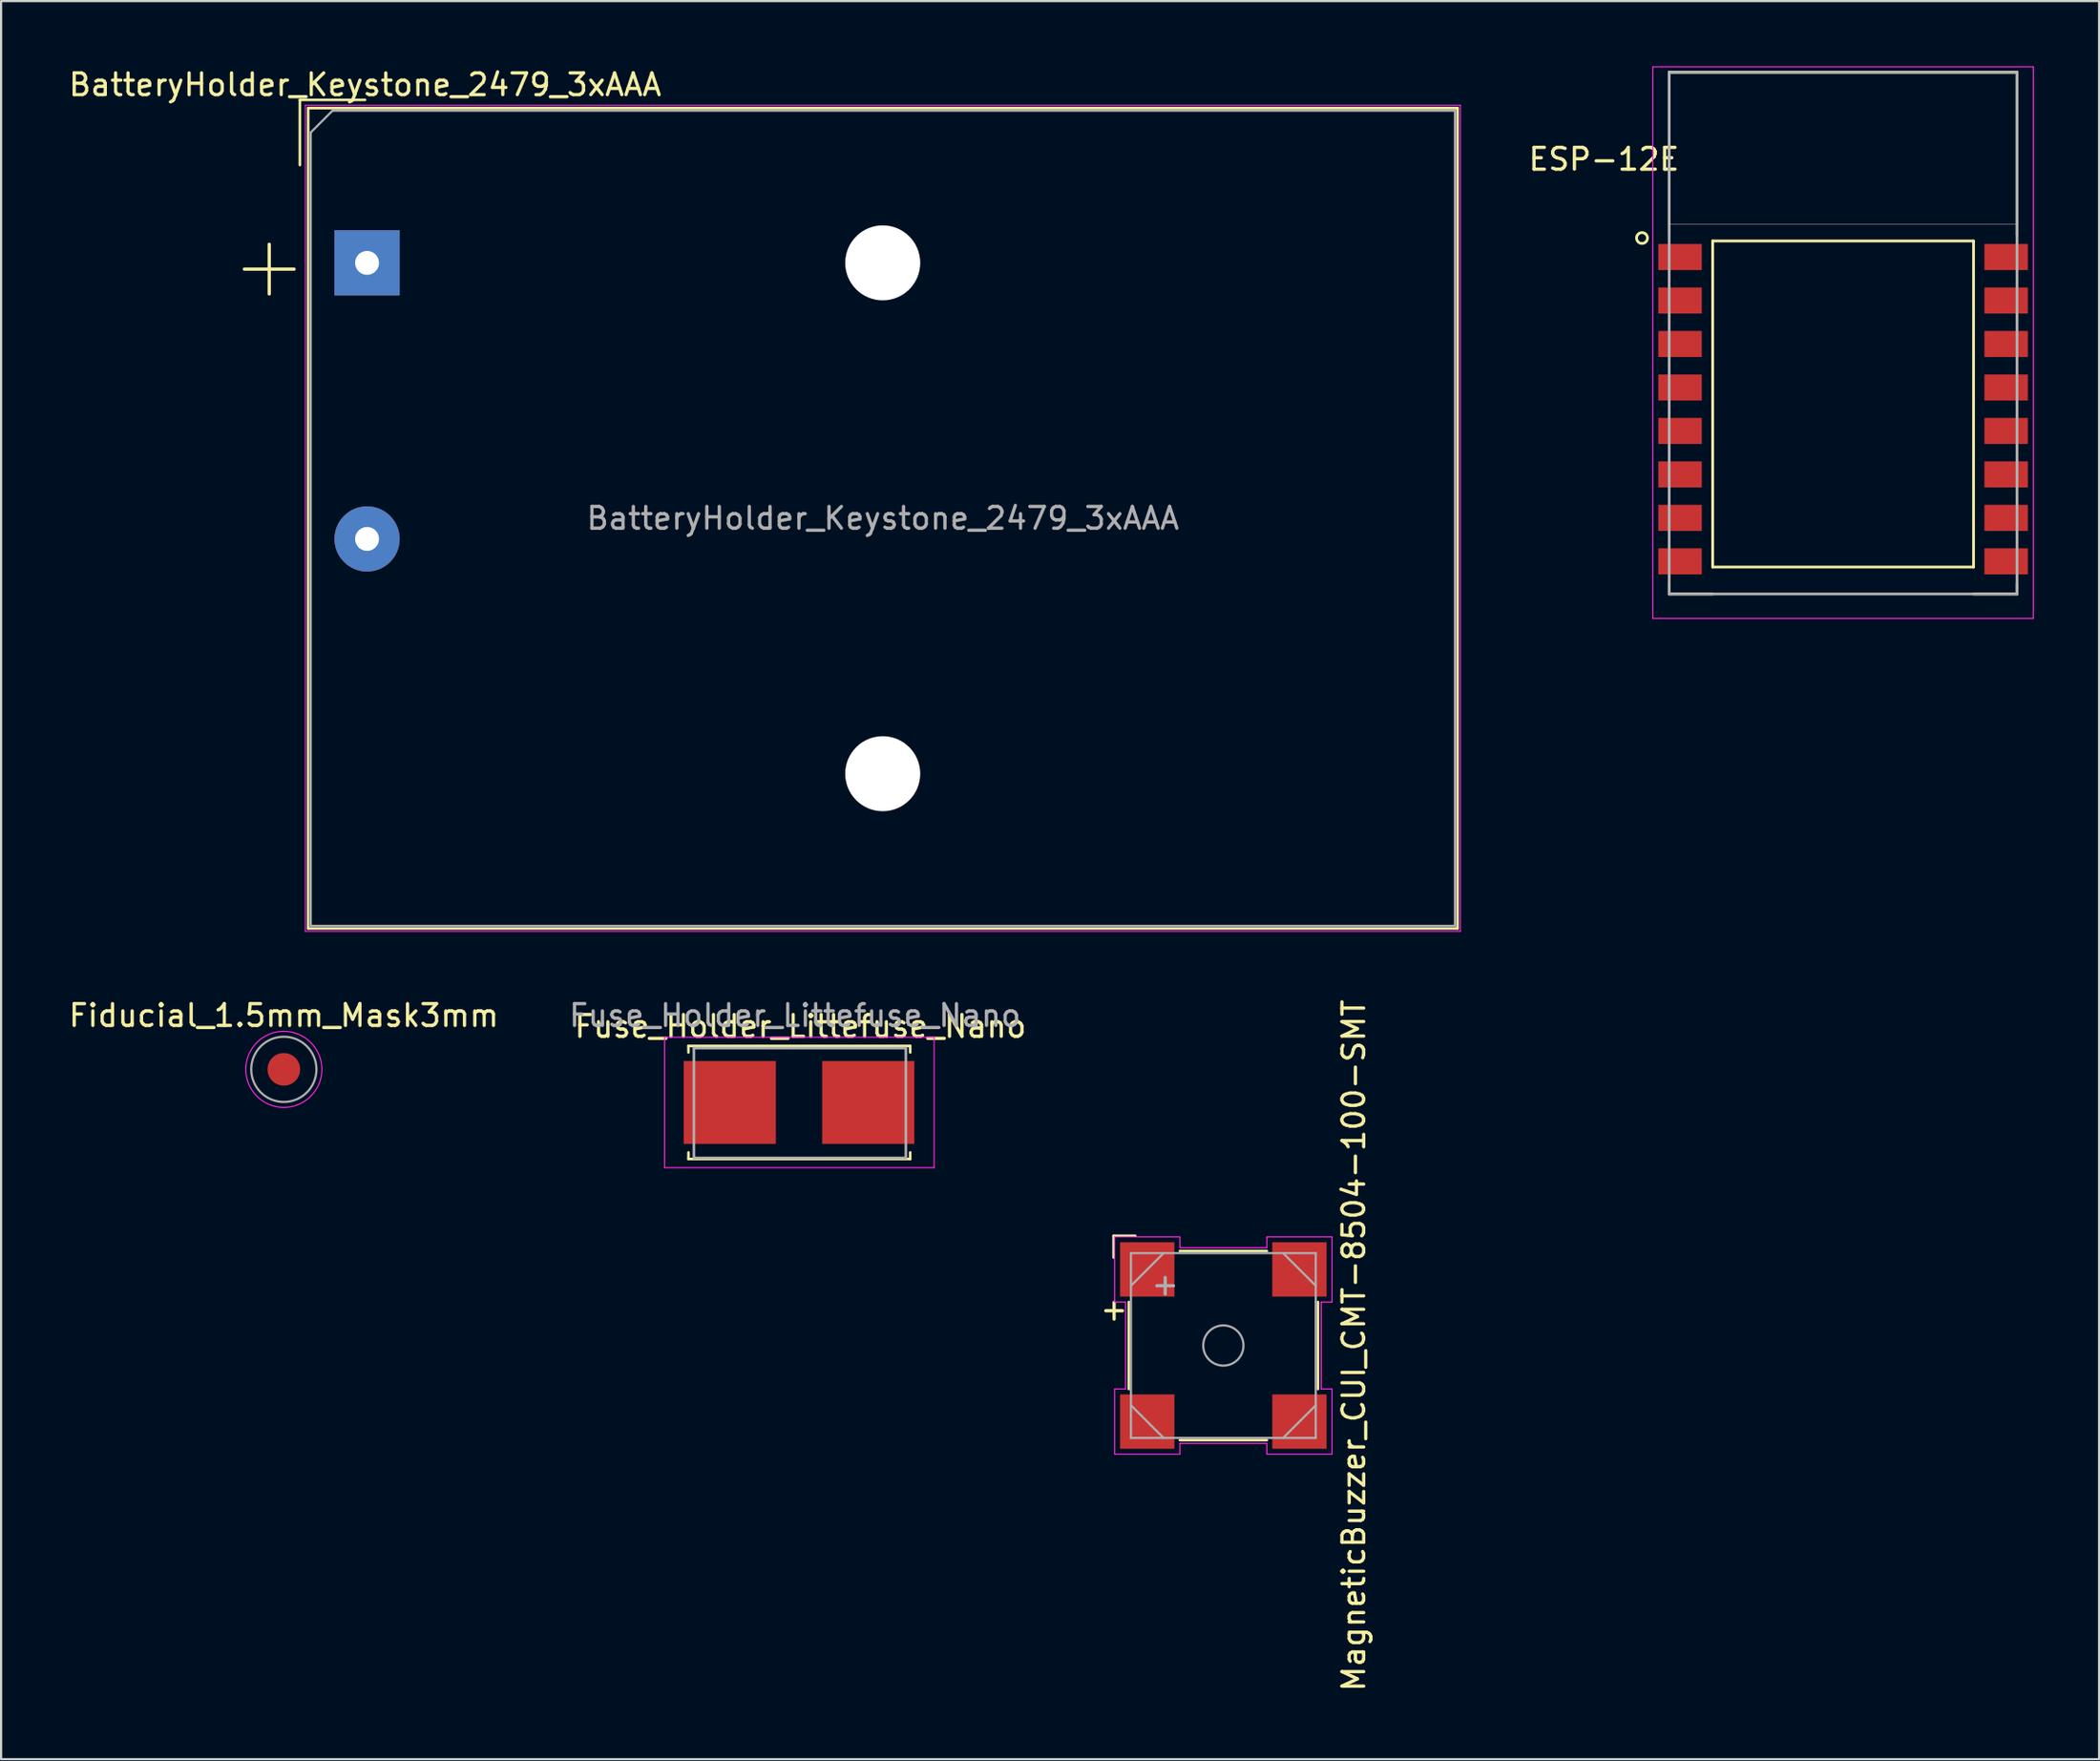
<source format=kicad_pcb>
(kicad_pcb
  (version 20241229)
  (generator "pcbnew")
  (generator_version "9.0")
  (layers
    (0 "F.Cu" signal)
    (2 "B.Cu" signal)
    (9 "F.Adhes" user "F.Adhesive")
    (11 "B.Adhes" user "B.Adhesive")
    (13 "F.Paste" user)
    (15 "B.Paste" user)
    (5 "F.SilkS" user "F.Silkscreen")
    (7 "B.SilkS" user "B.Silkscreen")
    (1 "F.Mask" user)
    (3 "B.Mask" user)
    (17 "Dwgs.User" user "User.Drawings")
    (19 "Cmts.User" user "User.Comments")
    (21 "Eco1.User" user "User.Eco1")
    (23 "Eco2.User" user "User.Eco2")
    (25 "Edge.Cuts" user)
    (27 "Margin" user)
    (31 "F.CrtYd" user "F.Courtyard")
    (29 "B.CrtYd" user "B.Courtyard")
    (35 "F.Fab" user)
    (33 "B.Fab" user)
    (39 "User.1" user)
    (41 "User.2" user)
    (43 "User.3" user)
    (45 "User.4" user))
  (footprint "Fuse_Holder_Littefuse_Nano"
    (layer "F.Cu")
    (at 30.518 47.666)
    (property "Reference" "Fuse_Holder_Littefuse_Nano" (at 3.25 -3.5 0) (layer "F.SilkS") (effects (font (size 1 1) (thickness 0.15))))
    (attr through_hole)
    (fp_line (start -1.9 -2.6) (end 8.3 -2.6) (stroke (width 0.12) (type solid)) (layer "F.SilkS"))
    (fp_line (start -1.9 -2.3) (end -1.9 -2.6) (stroke (width 0.12) (type solid)) (layer "F.SilkS"))
    (fp_line (start -1.9 2.3) (end -1.9 2.6) (stroke (width 0.12) (type solid)) (layer "F.SilkS"))
    (fp_line (start -1.9 2.6) (end 8.3 2.6) (stroke (width 0.12) (type solid)) (layer "F.SilkS"))
    (fp_line (start 8.3 -2.6) (end 8.3 -2.3) (stroke (width 0.12) (type solid)) (layer "F.SilkS"))
    (fp_line (start 8.3 2.6) (end 8.3 2.3) (stroke (width 0.12) (type solid)) (layer "F.SilkS"))
    (fp_line (start -3 -3) (end -3 3) (stroke (width 0.05) (type solid)) (layer "F.CrtYd"))
    (fp_line (start -3 -3) (end 9.4 -3) (stroke (width 0.05) (type solid)) (layer "F.CrtYd"))
    (fp_line (start -3 3) (end 9.4 3) (stroke (width 0.05) (type solid)) (layer "F.CrtYd"))
    (fp_line (start 9.4 -3) (end 9.4 3) (stroke (width 0.05) (type solid)) (layer "F.CrtYd"))
    (fp_line (start -1.65 -2.5) (end 8.1 -2.5) (stroke (width 0.12) (type solid)) (layer "F.Fab"))
    (fp_line (start -1.65 2.55) (end -1.65 -2.5) (stroke (width 0.12) (type solid)) (layer "F.Fab"))
    (fp_line (start 8.1 -2.5) (end 8.1 2.55) (stroke (width 0.12) (type solid)) (layer "F.Fab"))
    (fp_line (start 8.1 2.55) (end -1.65 2.55) (stroke (width 0.12) (type solid)) (layer "F.Fab"))
    (fp_text user "${REFERENCE}" (at 3 -4 0) (layer "F.Fab") (effects (font (size 1 1) (thickness 0.15))))
    (pad "1" smd rect (at 0 0) (size 4.24 3.81) (layers "F.Cu" "F.Mask" "F.Paste"))
    (pad "2" smd rect (at 6.37 0) (size 4.24 3.81) (layers "F.Cu" "F.Mask" "F.Paste")))
  (footprint "BatteryHolder_Keystone_2479_3xAAA"
    (layer "F.Cu")
    (at 13.834 9.043)
    (property "Reference" "BatteryHolder_Keystone_2479_3xAAA" (at -0.09 -8.195 180) (layer "F.SilkS") (effects (font (size 1 1) (thickness 0.15))))
    (attr through_hole)
    (fp_line (start -3.09 -7.5) (end -0.09 -7.5) (stroke (width 0.12) (type solid)) (layer "F.SilkS"))
    (fp_line (start -3.09 -4.5) (end -3.09 -7.5) (stroke (width 0.12) (type solid)) (layer "F.SilkS"))
    (fp_line (start -2.71 -7.12) (end -2.71 30.62) (stroke (width 0.12) (type solid)) (layer "F.SilkS"))
    (fp_line (start -2.71 -7.12) (end 50.16 -7.12) (stroke (width 0.12) (type solid)) (layer "F.SilkS"))
    (fp_line (start -2.71 30.62) (end 50.16 30.62) (stroke (width 0.12) (type solid)) (layer "F.SilkS"))
    (fp_line (start 50.16 -7.12) (end 50.16 30.62) (stroke (width 0.12) (type solid)) (layer "F.SilkS"))
    (fp_line (start -2.84 -7.25) (end -2.84 30.75) (stroke (width 0.05) (type solid)) (layer "F.CrtYd"))
    (fp_line (start -2.84 -7.25) (end 50.29 -7.25) (stroke (width 0.05) (type solid)) (layer "F.CrtYd"))
    (fp_line (start -2.84 30.75) (end 50.29 30.75) (stroke (width 0.05) (type solid)) (layer "F.CrtYd"))
    (fp_line (start 50.29 -7.25) (end 50.29 30.75) (stroke (width 0.05) (type solid)) (layer "F.CrtYd"))
    (fp_line (start -2.59 -6) (end -1.59 -7) (stroke (width 0.1) (type solid)) (layer "F.Fab"))
    (fp_line (start -2.59 30.5) (end -2.59 -6) (stroke (width 0.1) (type solid)) (layer "F.Fab"))
    (fp_line (start -1.59 -7) (end 50.04 -7) (stroke (width 0.1) (type solid)) (layer "F.Fab"))
    (fp_line (start 50.04 -7) (end 50.04 30.5) (stroke (width 0.1) (type solid)) (layer "F.Fab"))
    (fp_line (start 50.04 30.5) (end -2.59 30.5) (stroke (width 0.1) (type solid)) (layer "F.Fab"))
    (fp_text user "+" (at -4.5 0.05 180) (layer "F.SilkS") (effects (font (size 3 3) (thickness 0.15))))
    (fp_text user "${REFERENCE}" (at 23.725 11.75 180) (layer "F.Fab") (effects (font (size 1 1) (thickness 0.15))))
    (pad "" np_thru_hole circle (at 23.72 0) (size 3.45 3.45) (drill 3.45) (layers "*.Cu" "*.Mask"))
    (pad "" np_thru_hole circle (at 23.72 23.5) (size 3.45 3.45) (drill 3.45) (layers "*.Cu" "*.Mask"))
    (pad "1" thru_hole rect (at 0 0) (size 3 3) (drill 1.1) (layers "*.Cu" "*.Mask"))
    (pad "2" thru_hole circle (at 0 12.7) (size 3 3) (drill 1.1) (layers "*.Cu" "*.Mask")))
  (footprint "Fiducial_1.5mm_Mask3mm"
    (layer "F.Cu")
    (at 10.006 46.143)
    (property "Reference" "Fiducial_1.5mm_Mask3mm" (at 0 -2.477 0) (layer "F.SilkS") (effects (font (size 1 1) (thickness 0.15))))
    (attr smd)
    (fp_circle (center 0 0) (end 1.75 0) (stroke (width 0.05) (type solid)) (fill no) (layer "F.CrtYd"))
    (fp_circle (center 0 0) (end 1.5 0) (stroke (width 0.1) (type solid)) (fill no) (layer "F.Fab"))
    (pad "" smd circle (at 0 0) (size 1.5 1.5) (layers "F.Cu" "F.Mask")))
  (footprint "MagneticBuzzer_CUI_CMT-8504-100-SMT"
    (layer "F.Cu")
    (at 53.222 58.848)
    (property "Reference" "MagneticBuzzer_CUI_CMT-8504-100-SMT" (at 6 0 270) (layer "F.SilkS") (effects (font (size 1 1) (thickness 0.15))))
    (attr through_hole)
    (fp_line (start -5.05 -5.05) (end -4.05 -5.05) (stroke (width 0.12) (type solid)) (layer "F.SilkS"))
    (fp_line (start -5.05 -4.05) (end -5.05 -5.05) (stroke (width 0.12) (type solid)) (layer "F.SilkS"))
    (fp_line (start -4.35 -2) (end -4.35 2) (stroke (width 0.12) (type solid)) (layer "F.SilkS"))
    (fp_line (start -2 4.35) (end 2 4.35) (stroke (width 0.12) (type solid)) (layer "F.SilkS"))
    (fp_line (start 2 -4.35) (end -2 -4.35) (stroke (width 0.12) (type solid)) (layer "F.SilkS"))
    (fp_line (start 4.35 2) (end 4.35 -2) (stroke (width 0.12) (type solid)) (layer "F.SilkS"))
    (fp_line (start -5 -5) (end -2 -5) (stroke (width 0.05) (type solid)) (layer "F.CrtYd"))
    (fp_line (start -5 -2) (end -5 -5) (stroke (width 0.05) (type solid)) (layer "F.CrtYd"))
    (fp_line (start -5 -2) (end -4.5 -2) (stroke (width 0.05) (type solid)) (layer "F.CrtYd"))
    (fp_line (start -5 2) (end -5 5) (stroke (width 0.05) (type solid)) (layer "F.CrtYd"))
    (fp_line (start -4.5 -2) (end -4.5 2) (stroke (width 0.05) (type solid)) (layer "F.CrtYd"))
    (fp_line (start -4.5 2) (end -5 2) (stroke (width 0.05) (type solid)) (layer "F.CrtYd"))
    (fp_line (start -2 -5) (end -2 -4.5) (stroke (width 0.05) (type solid)) (layer "F.CrtYd"))
    (fp_line (start -2 -4.5) (end 2 -4.5) (stroke (width 0.05) (type solid)) (layer "F.CrtYd"))
    (fp_line (start -2 4.5) (end -2 5) (stroke (width 0.05) (type solid)) (layer "F.CrtYd"))
    (fp_line (start -2 5) (end -5 5) (stroke (width 0.05) (type solid)) (layer "F.CrtYd"))
    (fp_line (start 2 -5) (end 5 -5) (stroke (width 0.05) (type solid)) (layer "F.CrtYd"))
    (fp_line (start 2 -4.5) (end 2 -5) (stroke (width 0.05) (type solid)) (layer "F.CrtYd"))
    (fp_line (start 2 4.5) (end -2 4.5) (stroke (width 0.05) (type solid)) (layer "F.CrtYd"))
    (fp_line (start 2 5) (end 2 4.5) (stroke (width 0.05) (type solid)) (layer "F.CrtYd"))
    (fp_line (start 4.5 -2) (end 4.5 2) (stroke (width 0.05) (type solid)) (layer "F.CrtYd"))
    (fp_line (start 4.5 2) (end 5 2) (stroke (width 0.05) (type solid)) (layer "F.CrtYd"))
    (fp_line (start 5 -2) (end 4.5 -2) (stroke (width 0.05) (type solid)) (layer "F.CrtYd"))
    (fp_line (start 5 -2) (end 5 -5) (stroke (width 0.05) (type solid)) (layer "F.CrtYd"))
    (fp_line (start 5 2) (end 5 5) (stroke (width 0.05) (type solid)) (layer "F.CrtYd"))
    (fp_line (start 5 5) (end 2 5) (stroke (width 0.05) (type solid)) (layer "F.CrtYd"))
    (fp_line (start -4.25 -4.25) (end 4.25 -4.25) (stroke (width 0.1) (type solid)) (layer "F.Fab"))
    (fp_line (start -4.25 -2.75) (end -2.75 -4.25) (stroke (width 0.1) (type solid)) (layer "F.Fab"))
    (fp_line (start -4.25 4.25) (end -4.25 -4.25) (stroke (width 0.1) (type solid)) (layer "F.Fab"))
    (fp_line (start -2.75 4.25) (end -4.25 2.75) (stroke (width 0.1) (type solid)) (layer "F.Fab"))
    (fp_line (start 2.75 -4.25) (end 4.25 -2.75) (stroke (width 0.1) (type solid)) (layer "F.Fab"))
    (fp_line (start 4.25 -4.25) (end 4.25 4.25) (stroke (width 0.1) (type solid)) (layer "F.Fab"))
    (fp_line (start 4.25 2.75) (end 2.75 4.25) (stroke (width 0.1) (type solid)) (layer "F.Fab"))
    (fp_line (start 4.25 4.25) (end -4.25 4.25) (stroke (width 0.1) (type solid)) (layer "F.Fab"))
    (fp_circle (center 0 0) (end 0.925 0) (stroke (width 0.1) (type solid)) (fill no) (layer "F.Fab"))
    (fp_text user "+" (at -5.1 -1.6 90) (layer "F.SilkS") (effects (font (size 1 1) (thickness 0.15))))
    (fp_text user "+" (at -2.75 -2.75 90) (layer "F.Fab") (effects (font (size 1 1) (thickness 0.15))))
    (pad "1" smd rect (at -3.5 -3.5 270) (size 2.5 2.5) (layers "F.Cu" "F.Mask" "F.Paste"))
    (pad "2" smd rect (at -3.5 3.5 270) (size 2.5 2.5) (layers "F.Cu" "F.Mask" "F.Paste"))
    (pad "3" smd rect (at 3.5 3.5 270) (size 2.5 2.5) (layers "F.Cu" "F.Mask" "F.Paste"))
    (pad "4" smd rect (at 3.5 -3.5 270) (size 2.5 2.5) (layers "F.Cu" "F.Mask" "F.Paste")))
  (footprint "ESP-12E"
    (layer "F.Cu")
    (at 81.729 15.775)
    (property "Reference" "ESP-12E" (at -11 -11.5 0) (layer "F.SilkS") (effects (font (size 1.001 1.001) (thickness 0.15))))
    (attr through_hole)
    (fp_line (start -8 -15.5) (end 8 -15.5) (stroke (width 0.127) (type solid)) (layer "F.SilkS"))
    (fp_line (start -8 -8) (end -8 -15.5) (stroke (width 0.127) (type solid)) (layer "F.SilkS"))
    (fp_line (start -8 8) (end -8 8.5) (stroke (width 0.127) (type solid)) (layer "F.SilkS"))
    (fp_line (start -8 8.5) (end -6 8.5) (stroke (width 0.127) (type solid)) (layer "F.SilkS"))
    (fp_line (start -6 -7.74) (end 6 -7.74) (stroke (width 0.127) (type solid)) (layer "F.SilkS"))
    (fp_line (start -6 7.26) (end -6 -7.74) (stroke (width 0.127) (type solid)) (layer "F.SilkS"))
    (fp_line (start 6 -7.74) (end 6 7.26) (stroke (width 0.127) (type solid)) (layer "F.SilkS"))
    (fp_line (start 6 7.26) (end -6 7.26) (stroke (width 0.127) (type solid)) (layer "F.SilkS"))
    (fp_line (start 8 -15.5) (end 8 -8) (stroke (width 0.127) (type solid)) (layer "F.SilkS"))
    (fp_line (start 8 8) (end 8 8.5) (stroke (width 0.127) (type solid)) (layer "F.SilkS"))
    (fp_line (start 8 8.5) (end 6 8.5) (stroke (width 0.127) (type solid)) (layer "F.SilkS"))
    (fp_circle (center -9.25 -7.875) (end -9 -7.875) (stroke (width 0.127) (type solid)) (fill no) (layer "F.SilkS"))
    (fp_poly (pts (xy -8.009 -15.5) (xy 8 -15.5) (xy 8 -8.51) (xy -8.009 -8.51)) (stroke (width 0.01) (type solid)) (fill no) (layer "Dwgs.User"))
    (fp_poly (pts (xy -8.009 -15.5) (xy 8 -15.5) (xy 8 -8.51) (xy -8.009 -8.51)) (stroke (width 0.01) (type solid)) (fill no) (layer "Dwgs.User"))
    (fp_line (start -8.75 -15.75) (end -8.75 9.625) (stroke (width 0.05) (type solid)) (layer "F.CrtYd"))
    (fp_line (start -8.75 9.625) (end 8.75 9.625) (stroke (width 0.05) (type solid)) (layer "F.CrtYd"))
    (fp_line (start 8.75 -15.75) (end -8.75 -15.75) (stroke (width 0.05) (type solid)) (layer "F.CrtYd"))
    (fp_line (start 8.75 9.625) (end 8.75 -15.75) (stroke (width 0.05) (type solid)) (layer "F.CrtYd"))
    (fp_line (start -8 -15.5) (end 8 -15.5) (stroke (width 0.127) (type solid)) (layer "F.Fab"))
    (fp_line (start -8 8.5) (end -8 -15.5) (stroke (width 0.127) (type solid)) (layer "F.Fab"))
    (fp_line (start 8 -15.5) (end 8 8.5) (stroke (width 0.127) (type solid)) (layer "F.Fab"))
    (fp_line (start 8 8.5) (end -8 8.5) (stroke (width 0.127) (type solid)) (layer "F.Fab"))
    (pad "1" smd rect (at -7.5 -7) (size 2 1.2) (layers "F.Cu" "F.Mask" "F.Paste"))
    (pad "2" smd rect (at -7.5 -5) (size 2 1.2) (layers "F.Cu" "F.Mask" "F.Paste"))
    (pad "3" smd rect (at -7.5 -3) (size 2 1.2) (layers "F.Cu" "F.Mask" "F.Paste"))
    (pad "4" smd rect (at -7.5 -1) (size 2 1.2) (layers "F.Cu" "F.Mask" "F.Paste"))
    (pad "5" smd rect (at -7.5 1) (size 2 1.2) (layers "F.Cu" "F.Mask" "F.Paste"))
    (pad "6" smd rect (at -7.5 3) (size 2 1.2) (layers "F.Cu" "F.Mask" "F.Paste"))
    (pad "7" smd rect (at -7.5 5) (size 2 1.2) (layers "F.Cu" "F.Mask" "F.Paste"))
    (pad "8" smd rect (at -7.5 7) (size 2 1.2) (layers "F.Cu" "F.Mask" "F.Paste"))
    (pad "9" smd rect (at 7.5 7) (size 2 1.2) (layers "F.Cu" "F.Mask" "F.Paste"))
    (pad "10" smd rect (at 7.5 5) (size 2 1.2) (layers "F.Cu" "F.Mask" "F.Paste"))
    (pad "11" smd rect (at 7.5 3) (size 2 1.2) (layers "F.Cu" "F.Mask" "F.Paste"))
    (pad "12" smd rect (at 7.5 1) (size 2 1.2) (layers "F.Cu" "F.Mask" "F.Paste"))
    (pad "13" smd rect (at 7.5 -1) (size 2 1.2) (layers "F.Cu" "F.Mask" "F.Paste"))
    (pad "14" smd rect (at 7.5 -3) (size 2 1.2) (layers "F.Cu" "F.Mask" "F.Paste"))
    (pad "15" smd rect (at 7.5 -5) (size 2 1.2) (layers "F.Cu" "F.Mask" "F.Paste"))
    (pad "16" smd rect (at 7.5 -7) (size 2 1.2) (layers "F.Cu" "F.Mask" "F.Paste")))
  (gr_rect
    (start -3 -3)
    (end 93.504 77.878)
    (stroke (width 0.1) (type default))
    (fill no)
    (layer "Edge.Cuts")))
</source>
